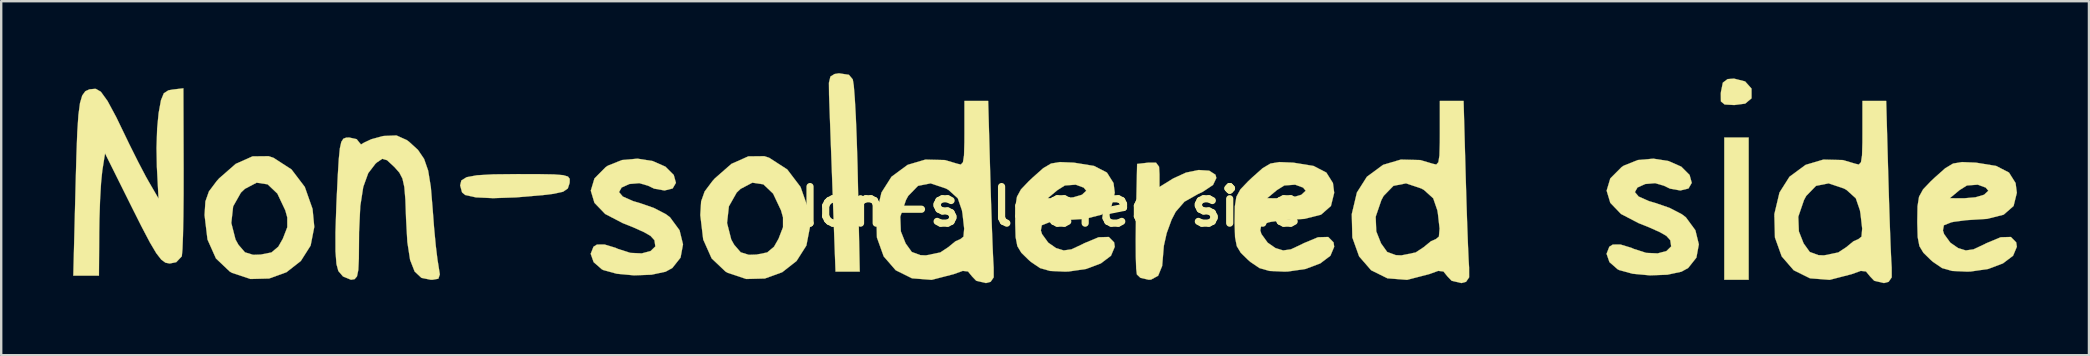
<source format=kicad_pcb>
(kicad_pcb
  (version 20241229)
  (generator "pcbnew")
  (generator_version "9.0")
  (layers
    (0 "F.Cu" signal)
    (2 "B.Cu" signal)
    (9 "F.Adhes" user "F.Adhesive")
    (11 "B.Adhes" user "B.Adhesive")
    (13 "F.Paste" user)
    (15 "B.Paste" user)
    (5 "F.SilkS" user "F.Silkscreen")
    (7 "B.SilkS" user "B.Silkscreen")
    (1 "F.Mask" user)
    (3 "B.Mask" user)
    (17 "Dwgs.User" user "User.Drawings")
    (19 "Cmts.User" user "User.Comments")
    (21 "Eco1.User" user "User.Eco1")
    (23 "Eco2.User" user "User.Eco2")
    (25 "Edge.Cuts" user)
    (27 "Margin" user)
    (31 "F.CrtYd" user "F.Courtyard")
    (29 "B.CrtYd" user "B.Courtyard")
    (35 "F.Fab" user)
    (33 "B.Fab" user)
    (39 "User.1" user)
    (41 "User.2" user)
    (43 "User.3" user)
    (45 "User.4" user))
  (footprint "Non-soldered side"
    (layer "F.Cu")
    (at 40.358 5.56)
    (property "Reference" "Non-soldered side" (at 0 0 0) (layer "F.SilkS") (effects (font (size 1.524 1.524) (thickness 0.3))))
    (attr through_hole)
    (fp_poly (pts (xy 29.464 3.048) (xy 28.448 3.048) (xy 28.448 -2.879) (xy 29.464 -2.879) (xy 29.464 3.048)) (stroke (width 0.01) (type solid)) (fill yes) (layer "F.SilkS"))
    (fp_poly (pts (xy 29.316 -5.217) (xy 29.583 -4.919) (xy 29.584 -4.519) (xy 29.581 -4.51) (xy 29.32 -4.292) (xy 28.866 -4.233) (xy 28.464 -4.255) (xy 28.308 -4.383) (xy 28.303 -4.708) (xy 28.31 -4.784) (xy 28.388 -5.166) (xy 28.585 -5.314) (xy 28.853 -5.334) (xy 29.316 -5.217)) (stroke (width 0.01) (type solid)) (fill yes) (layer "F.SilkS"))
    (fp_poly (pts (xy -8.031 -5.493) (xy -7.87 -5.301) (xy -7.829 -5.049) (xy -7.786 -4.51) (xy -7.743 -3.739) (xy -7.705 -2.787) (xy -7.672 -1.707) (xy -7.659 -1.143) (xy -7.58 2.709) (xy -8.589 2.709) (xy -8.709 -0.55) (xy -8.748 -1.632) (xy -8.786 -2.656) (xy -8.819 -3.551) (xy -8.844 -4.246) (xy -8.859 -4.657) (xy -8.864 -5.161) (xy -8.802 -5.419) (xy -8.631 -5.525) (xy -8.446 -5.555) (xy -8.031 -5.493)) (stroke (width 0.01) (type solid)) (fill yes) (layer "F.SilkS"))
    (fp_poly (pts (xy -20.937 -1.353) (xy -20.322 -1.342) (xy -19.94 -1.311) (xy -19.739 -1.253) (xy -19.666 -1.157) (xy -19.668 -1.014) (xy -19.673 -0.974) (xy -19.746 -0.755) (xy -19.942 -0.62) (xy -20.341 -0.533) (xy -20.743 -0.484) (xy -21.903 -0.384) (xy -22.859 -0.352) (xy -23.577 -0.385) (xy -24.022 -0.483) (xy -24.153 -0.593) (xy -24.232 -0.883) (xy -24.183 -1.089) (xy -23.963 -1.226) (xy -23.531 -1.306) (xy -22.846 -1.345) (xy -21.864 -1.355) (xy -21.838 -1.355) (xy -20.937 -1.353)) (stroke (width 0.01) (type solid)) (fill yes) (layer "F.SilkS"))
    (fp_poly (pts (xy 4.768 -1.831) (xy 4.893 -1.663) (xy 4.911 -1.352) (xy 4.911 -0.819) (xy 5.481 -1.172) (xy 6.015 -1.417) (xy 6.544 -1.525) (xy 6.983 -1.497) (xy 7.245 -1.329) (xy 7.281 -1.193) (xy 7.143 -0.903) (xy 6.708 -0.614) (xy 6.514 -0.523) (xy 5.952 -0.205) (xy 5.587 0.215) (xy 5.417 0.543) (xy 5.212 1.103) (xy 5.093 1.634) (xy 5.081 1.778) (xy 5.023 2.472) (xy 4.856 2.88) (xy 4.561 3.042) (xy 4.462 3.048) (xy 4.115 2.967) (xy 3.969 2.827) (xy 3.94 2.582) (xy 3.924 2.07) (xy 3.92 1.363) (xy 3.929 0.532) (xy 3.932 0.414) (xy 3.979 -1.778) (xy 4.445 -1.832) (xy 4.768 -1.831)) (stroke (width 0.01) (type solid)) (fill yes) (layer "F.SilkS"))
    (fp_poly (pts (xy -32.014 -2.036) (xy -31.26 -1.549) (xy -30.706 -0.82) (xy -30.383 0.096) (xy -30.311 0.846) (xy -30.463 1.623) (xy -30.871 2.265) (xy -31.469 2.734) (xy -32.191 2.996) (xy -32.97 3.016) (xy -33.74 2.76) (xy -33.835 2.705) (xy -34.409 2.16) (xy -34.761 1.372) (xy -34.844 0.682) (xy -33.769 0.682) (xy -33.592 1.373) (xy -33.472 1.589) (xy -33.2 1.904) (xy -32.86 2.009) (xy -32.544 1.999) (xy -32.096 1.91) (xy -31.811 1.671) (xy -31.622 1.34) (xy -31.436 0.859) (xy -31.437 0.449) (xy -31.519 0.155) (xy -31.849 -0.542) (xy -32.255 -0.928) (xy -32.714 -0.997) (xy -33.206 -0.738) (xy -33.368 -0.583) (xy -33.692 -0.01) (xy -33.769 0.682) (xy -34.844 0.682) (xy -34.883 0.359) (xy -34.883 0.345) (xy -34.848 -0.217) (xy -34.702 -0.632) (xy -34.377 -1.065) (xy -34.279 -1.175) (xy -33.586 -1.781) (xy -32.884 -2.094) (xy -32.213 -2.101) (xy -32.014 -2.036)) (stroke (width 0.01) (type solid)) (fill yes) (layer "F.SilkS"))
    (fp_poly (pts (xy -11.355 -2.036) (xy -10.601 -1.549) (xy -10.047 -0.82) (xy -9.724 0.096) (xy -9.653 0.846) (xy -9.804 1.623) (xy -10.212 2.265) (xy -10.81 2.734) (xy -11.532 2.996) (xy -12.311 3.016) (xy -13.081 2.76) (xy -13.176 2.705) (xy -13.751 2.16) (xy -14.103 1.372) (xy -14.185 0.682) (xy -13.11 0.682) (xy -12.934 1.373) (xy -12.813 1.589) (xy -12.541 1.904) (xy -12.201 2.009) (xy -11.885 1.999) (xy -11.437 1.91) (xy -11.152 1.671) (xy -10.964 1.34) (xy -10.778 0.859) (xy -10.778 0.449) (xy -10.861 0.155) (xy -11.191 -0.542) (xy -11.596 -0.928) (xy -12.056 -0.997) (xy -12.547 -0.738) (xy -12.709 -0.583) (xy -13.033 -0.01) (xy -13.11 0.682) (xy -14.185 0.682) (xy -14.224 0.359) (xy -14.224 0.345) (xy -14.19 -0.217) (xy -14.043 -0.632) (xy -13.718 -1.065) (xy -13.62 -1.175) (xy -12.928 -1.781) (xy -12.225 -2.094) (xy -11.554 -2.101) (xy -11.355 -2.036)) (stroke (width 0.01) (type solid)) (fill yes) (layer "F.SilkS"))
    (fp_poly (pts (xy -35.756 -1.576) (xy -35.757 -0.528) (xy -35.766 0.417) (xy -35.782 1.202) (xy -35.804 1.768) (xy -35.83 2.06) (xy -35.834 2.074) (xy -36.063 2.316) (xy -36.334 2.371) (xy -36.511 2.338) (xy -36.688 2.209) (xy -36.896 1.941) (xy -37.163 1.49) (xy -37.52 0.81) (xy -37.889 0.076) (xy -39.031 -2.219) (xy -39.146 -1.491) (xy -39.195 -1.009) (xy -39.237 -0.301) (xy -39.265 0.524) (xy -39.273 1.058) (xy -39.285 2.879) (xy -40.353 2.879) (xy -40.258 -0.87) (xy -40.223 -2.139) (xy -40.187 -3.11) (xy -40.14 -3.822) (xy -40.074 -4.316) (xy -39.981 -4.631) (xy -39.853 -4.808) (xy -39.68 -4.887) (xy -39.456 -4.908) (xy -39.414 -4.908) (xy -39.204 -4.786) (xy -38.926 -4.401) (xy -38.564 -3.729) (xy -38.378 -3.344) (xy -38.012 -2.586) (xy -37.647 -1.857) (xy -37.338 -1.268) (xy -37.22 -1.057) (xy -36.801 -0.336) (xy -36.87 -1.649) (xy -36.885 -2.445) (xy -36.859 -3.257) (xy -36.798 -3.895) (xy -36.7 -4.434) (xy -36.582 -4.722) (xy -36.39 -4.846) (xy -36.212 -4.878) (xy -35.766 -4.93) (xy -35.756 -1.576)) (stroke (width 0.01) (type solid)) (fill yes) (layer "F.SilkS"))
    (fp_poly (pts (xy -16.208 -1.899) (xy -15.677 -1.665) (xy -15.33 -1.318) (xy -15.24 -0.99) (xy -15.377 -0.756) (xy -15.715 -0.672) (xy -16.148 -0.749) (xy -16.402 -0.871) (xy -16.767 -0.977) (xy -17.178 -0.942) (xy -17.503 -0.796) (xy -17.611 -0.605) (xy -17.454 -0.42) (xy -17.03 -0.231) (xy -16.75 -0.149) (xy -16.165 0.053) (xy -15.658 0.316) (xy -15.487 0.444) (xy -15.089 0.985) (xy -14.945 1.573) (xy -15.047 2.126) (xy -15.39 2.558) (xy -15.672 2.713) (xy -16.258 2.838) (xy -16.985 2.865) (xy -17.704 2.798) (xy -18.266 2.644) (xy -18.33 2.612) (xy -18.67 2.314) (xy -18.792 1.966) (xy -18.676 1.672) (xy -18.527 1.579) (xy -18.208 1.581) (xy -17.76 1.716) (xy -17.657 1.762) (xy -17.139 1.928) (xy -16.664 1.949) (xy -16.296 1.851) (xy -16.098 1.659) (xy -16.136 1.399) (xy -16.3 1.219) (xy -16.569 1.065) (xy -17.04 0.854) (xy -17.458 0.688) (xy -18.189 0.307) (xy -18.636 -0.157) (xy -18.788 -0.665) (xy -18.635 -1.175) (xy -18.167 -1.645) (xy -18.072 -1.708) (xy -17.488 -1.941) (xy -16.84 -1.998) (xy -16.208 -1.899)) (stroke (width 0.01) (type solid)) (fill yes) (layer "F.SilkS"))
    (fp_poly (pts (xy 26.125 -1.899) (xy 26.656 -1.665) (xy 27.003 -1.318) (xy 27.093 -0.99) (xy 26.957 -0.756) (xy 26.618 -0.672) (xy 26.185 -0.749) (xy 25.931 -0.871) (xy 25.566 -0.977) (xy 25.155 -0.942) (xy 24.831 -0.796) (xy 24.723 -0.605) (xy 24.879 -0.42) (xy 25.304 -0.231) (xy 25.583 -0.149) (xy 26.168 0.053) (xy 26.676 0.316) (xy 26.846 0.444) (xy 27.244 0.985) (xy 27.388 1.573) (xy 27.286 2.126) (xy 26.943 2.558) (xy 26.661 2.713) (xy 26.076 2.838) (xy 25.349 2.865) (xy 24.63 2.798) (xy 24.067 2.644) (xy 24.003 2.612) (xy 23.663 2.314) (xy 23.542 1.966) (xy 23.657 1.672) (xy 23.807 1.579) (xy 24.126 1.581) (xy 24.573 1.716) (xy 24.677 1.762) (xy 25.195 1.928) (xy 25.67 1.949) (xy 26.038 1.851) (xy 26.235 1.659) (xy 26.197 1.399) (xy 26.033 1.219) (xy 25.764 1.065) (xy 25.293 0.854) (xy 24.875 0.688) (xy 24.144 0.307) (xy 23.698 -0.157) (xy 23.545 -0.665) (xy 23.698 -1.175) (xy 24.167 -1.645) (xy 24.262 -1.708) (xy 24.845 -1.941) (xy 25.494 -1.998) (xy 26.125 -1.899)) (stroke (width 0.01) (type solid)) (fill yes) (layer "F.SilkS"))
    (fp_poly (pts (xy -2.139 -1.228) (xy -2.108 -0.182) (xy -2.076 0.786) (xy -2.045 1.608) (xy -2.018 2.22) (xy -1.999 2.54) (xy -1.998 2.949) (xy -2.125 3.134) (xy -2.32 3.186) (xy -2.726 3.09) (xy -2.899 2.91) (xy -3.068 2.703) (xy -3.285 2.678) (xy -3.663 2.814) (xy -4.583 3.052) (xy -5.402 2.988) (xy -6.081 2.652) (xy -6.582 2.075) (xy -6.864 1.288) (xy -6.885 0.421) (xy -5.891 0.421) (xy -5.867 1.031) (xy -5.668 1.532) (xy -5.411 1.89) (xy -5.054 2.022) (xy -4.822 2.032) (xy -4.223 1.91) (xy -3.895 1.693) (xy -3.591 1.445) (xy -3.387 1.355) (xy -3.257 1.252) (xy -3.228 0.916) (xy -3.297 0.305) (xy -3.321 0.156) (xy -3.494 -0.346) (xy -3.875 -0.69) (xy -3.986 -0.754) (xy -4.626 -0.969) (xy -5.152 -0.865) (xy -5.561 -0.444) (xy -5.653 -0.273) (xy -5.891 0.421) (xy -6.885 0.421) (xy -6.888 0.323) (xy -6.885 0.302) (xy -6.674 -0.588) (xy -6.257 -1.245) (xy -5.595 -1.733) (xy -5.576 -1.743) (xy -4.842 -1.96) (xy -4.03 -1.94) (xy -3.514 -1.787) (xy -3.367 -1.753) (xy -3.279 -1.85) (xy -3.234 -2.136) (xy -3.219 -2.674) (xy -3.217 -3.03) (xy -3.217 -4.403) (xy -2.228 -4.403) (xy -2.139 -1.228)) (stroke (width 0.01) (type solid)) (fill yes) (layer "F.SilkS"))
    (fp_poly (pts (xy 17.673 -1.228) (xy 17.704 -0.182) (xy 17.736 0.786) (xy 17.767 1.608) (xy 17.794 2.22) (xy 17.813 2.54) (xy 17.814 2.949) (xy 17.687 3.134) (xy 17.492 3.186) (xy 17.086 3.09) (xy 16.913 2.91) (xy 16.744 2.703) (xy 16.527 2.678) (xy 16.149 2.814) (xy 15.229 3.052) (xy 14.41 2.988) (xy 13.731 2.652) (xy 13.23 2.075) (xy 12.948 1.288) (xy 12.927 0.421) (xy 13.921 0.421) (xy 13.945 1.031) (xy 14.144 1.532) (xy 14.401 1.89) (xy 14.758 2.022) (xy 14.99 2.032) (xy 15.589 1.91) (xy 15.917 1.693) (xy 16.221 1.445) (xy 16.425 1.355) (xy 16.555 1.252) (xy 16.584 0.916) (xy 16.515 0.305) (xy 16.491 0.156) (xy 16.318 -0.346) (xy 15.937 -0.69) (xy 15.826 -0.754) (xy 15.186 -0.969) (xy 14.66 -0.865) (xy 14.251 -0.444) (xy 14.159 -0.273) (xy 13.921 0.421) (xy 12.927 0.421) (xy 12.924 0.323) (xy 12.927 0.302) (xy 13.138 -0.588) (xy 13.555 -1.245) (xy 14.217 -1.733) (xy 14.236 -1.743) (xy 14.97 -1.96) (xy 15.782 -1.94) (xy 16.298 -1.787) (xy 16.445 -1.753) (xy 16.533 -1.85) (xy 16.578 -2.136) (xy 16.593 -2.674) (xy 16.595 -3.03) (xy 16.595 -4.403) (xy 17.584 -4.403) (xy 17.673 -1.228)) (stroke (width 0.01) (type solid)) (fill yes) (layer "F.SilkS"))
    (fp_poly (pts (xy 35.284 -1.228) (xy 35.315 -0.182) (xy 35.347 0.786) (xy 35.378 1.608) (xy 35.405 2.22) (xy 35.424 2.54) (xy 35.425 2.949) (xy 35.297 3.134) (xy 35.102 3.186) (xy 34.696 3.09) (xy 34.524 2.91) (xy 34.354 2.703) (xy 34.138 2.678) (xy 33.759 2.814) (xy 32.84 3.052) (xy 32.021 2.988) (xy 31.341 2.652) (xy 30.841 2.075) (xy 30.559 1.288) (xy 30.537 0.421) (xy 31.532 0.421) (xy 31.556 1.031) (xy 31.754 1.532) (xy 32.011 1.89) (xy 32.369 2.022) (xy 32.601 2.032) (xy 33.199 1.91) (xy 33.528 1.693) (xy 33.831 1.445) (xy 34.036 1.355) (xy 34.166 1.252) (xy 34.195 0.916) (xy 34.125 0.305) (xy 34.101 0.156) (xy 33.929 -0.346) (xy 33.548 -0.69) (xy 33.436 -0.754) (xy 32.797 -0.969) (xy 32.271 -0.865) (xy 31.862 -0.444) (xy 31.77 -0.273) (xy 31.532 0.421) (xy 30.537 0.421) (xy 30.535 0.323) (xy 30.537 0.302) (xy 30.749 -0.588) (xy 31.165 -1.245) (xy 31.828 -1.733) (xy 31.847 -1.743) (xy 32.58 -1.96) (xy 33.393 -1.94) (xy 33.909 -1.787) (xy 34.055 -1.753) (xy 34.144 -1.85) (xy 34.189 -2.136) (xy 34.204 -2.674) (xy 34.205 -3.03) (xy 34.205 -4.403) (xy 35.195 -4.403) (xy 35.284 -1.228)) (stroke (width 0.01) (type solid)) (fill yes) (layer "F.SilkS"))
    (fp_poly (pts (xy 1.318 -1.833) (xy 1.362 -1.829) (xy 2.186 -1.695) (xy 2.721 -1.419) (xy 2.996 -0.982) (xy 3.048 -0.576) (xy 2.912 -0.025) (xy 2.499 0.336) (xy 1.808 0.511) (xy 1.529 0.528) (xy 0.945 0.565) (xy 0.43 0.632) (xy 0.317 0.655) (xy 0.008 0.777) (xy -0.032 0.993) (xy 0.016 1.144) (xy 0.275 1.501) (xy 0.599 1.727) (xy 0.92 1.826) (xy 1.244 1.78) (xy 1.703 1.565) (xy 1.767 1.53) (xy 2.373 1.277) (xy 2.8 1.265) (xy 3.022 1.491) (xy 3.048 1.674) (xy 2.891 2.047) (xy 2.468 2.367) (xy 1.852 2.599) (xy 1.114 2.706) (xy 0.956 2.709) (xy 0.35 2.681) (xy -0.067 2.562) (xy -0.444 2.306) (xy -0.548 2.215) (xy -0.846 1.923) (xy -1.012 1.647) (xy -1.084 1.273) (xy -1.101 0.689) (xy -1.101 0.594) (xy -1.091 -0.017) (xy -1.038 -0.35) (xy 0.254 -0.35) (xy 0.847 -0.347) (xy 1.322 -0.388) (xy 1.673 -0.492) (xy 1.688 -0.501) (xy 1.86 -0.661) (xy 1.752 -0.792) (xy 1.421 -0.914) (xy 0.968 -0.881) (xy 0.659 -0.687) (xy 0.254 -0.35) (xy -1.038 -0.35) (xy -1.027 -0.413) (xy -0.861 -0.717) (xy -0.541 -1.053) (xy -0.367 -1.217) (xy 0.063 -1.599) (xy 0.392 -1.795) (xy 0.763 -1.856) (xy 1.318 -1.833)) (stroke (width 0.01) (type solid)) (fill yes) (layer "F.SilkS"))
    (fp_poly (pts (xy 10.462 -1.833) (xy 10.506 -1.829) (xy 11.33 -1.695) (xy 11.865 -1.419) (xy 12.14 -0.982) (xy 12.192 -0.576) (xy 12.056 -0.025) (xy 11.643 0.336) (xy 10.952 0.511) (xy 10.673 0.528) (xy 10.089 0.565) (xy 9.574 0.632) (xy 9.461 0.655) (xy 9.152 0.777) (xy 9.112 0.993) (xy 9.16 1.144) (xy 9.419 1.501) (xy 9.743 1.727) (xy 10.064 1.826) (xy 10.388 1.78) (xy 10.847 1.565) (xy 10.911 1.53) (xy 11.517 1.277) (xy 11.944 1.265) (xy 12.166 1.491) (xy 12.192 1.674) (xy 12.035 2.047) (xy 11.612 2.367) (xy 10.996 2.599) (xy 10.258 2.706) (xy 10.1 2.709) (xy 9.494 2.681) (xy 9.077 2.562) (xy 8.7 2.306) (xy 8.596 2.215) (xy 8.298 1.923) (xy 8.132 1.647) (xy 8.06 1.273) (xy 8.043 0.689) (xy 8.043 0.594) (xy 8.053 -0.017) (xy 8.106 -0.35) (xy 9.398 -0.35) (xy 9.991 -0.347) (xy 10.466 -0.388) (xy 10.817 -0.492) (xy 10.832 -0.501) (xy 11.004 -0.661) (xy 10.896 -0.792) (xy 10.565 -0.914) (xy 10.112 -0.881) (xy 9.803 -0.687) (xy 9.398 -0.35) (xy 8.106 -0.35) (xy 8.117 -0.413) (xy 8.283 -0.717) (xy 8.603 -1.053) (xy 8.777 -1.217) (xy 9.207 -1.599) (xy 9.536 -1.795) (xy 9.907 -1.856) (xy 10.462 -1.833)) (stroke (width 0.01) (type solid)) (fill yes) (layer "F.SilkS"))
    (fp_poly (pts (xy 38.91 -1.833) (xy 38.954 -1.829) (xy 39.778 -1.695) (xy 40.313 -1.419) (xy 40.588 -0.982) (xy 40.64 -0.576) (xy 40.504 -0.025) (xy 40.091 0.336) (xy 39.4 0.511) (xy 39.121 0.528) (xy 38.537 0.565) (xy 38.022 0.632) (xy 37.909 0.655) (xy 37.6 0.777) (xy 37.56 0.993) (xy 37.608 1.144) (xy 37.867 1.501) (xy 38.191 1.727) (xy 38.512 1.826) (xy 38.836 1.78) (xy 39.295 1.565) (xy 39.359 1.53) (xy 39.965 1.277) (xy 40.392 1.265) (xy 40.614 1.491) (xy 40.64 1.674) (xy 40.483 2.047) (xy 40.06 2.367) (xy 39.444 2.599) (xy 38.706 2.706) (xy 38.548 2.709) (xy 37.942 2.681) (xy 37.525 2.562) (xy 37.148 2.306) (xy 37.044 2.215) (xy 36.746 1.923) (xy 36.58 1.647) (xy 36.508 1.273) (xy 36.491 0.689) (xy 36.491 0.594) (xy 36.501 -0.017) (xy 36.554 -0.35) (xy 37.846 -0.35) (xy 38.439 -0.347) (xy 38.914 -0.388) (xy 39.265 -0.492) (xy 39.28 -0.501) (xy 39.452 -0.661) (xy 39.344 -0.792) (xy 39.013 -0.914) (xy 38.56 -0.881) (xy 38.251 -0.687) (xy 37.846 -0.35) (xy 36.554 -0.35) (xy 36.565 -0.413) (xy 36.731 -0.717) (xy 37.051 -1.053) (xy 37.225 -1.217) (xy 37.655 -1.599) (xy 37.984 -1.795) (xy 38.355 -1.856) (xy 38.91 -1.833)) (stroke (width 0.01) (type solid)) (fill yes) (layer "F.SilkS"))
    (fp_poly (pts (xy -26.454 -2.772) (xy -26.357 -2.699) (xy -25.99 -2.364) (xy -25.735 -1.989) (xy -25.565 -1.499) (xy -25.454 -0.817) (xy -25.379 0.085) (xy -25.318 0.888) (xy -25.247 1.635) (xy -25.176 2.215) (xy -25.143 2.413) (xy -25.079 2.825) (xy -25.14 3.005) (xy -25.376 3.047) (xy -25.459 3.048) (xy -25.846 2.969) (xy -26.128 2.706) (xy -26.318 2.222) (xy -26.433 1.476) (xy -26.486 0.509) (xy -26.514 -0.283) (xy -26.558 -0.815) (xy -26.636 -1.166) (xy -26.765 -1.415) (xy -26.964 -1.641) (xy -26.977 -1.654) (xy -27.279 -1.934) (xy -27.475 -1.992) (xy -27.691 -1.849) (xy -27.763 -1.785) (xy -28.063 -1.393) (xy -28.27 -0.82) (xy -28.394 -0.02) (xy -28.445 1.054) (xy -28.447 1.397) (xy -28.453 2.157) (xy -28.476 2.64) (xy -28.531 2.908) (xy -28.629 3.023) (xy -28.781 3.048) (xy -29.114 2.911) (xy -29.308 2.684) (xy -29.387 2.392) (xy -29.427 1.865) (xy -29.428 1.07) (xy -29.392 -0.024) (xy -29.381 -0.279) (xy -29.333 -1.267) (xy -29.291 -1.966) (xy -29.245 -2.427) (xy -29.184 -2.698) (xy -29.098 -2.831) (xy -28.978 -2.875) (xy -28.854 -2.879) (xy -28.544 -2.811) (xy -28.448 -2.689) (xy -28.365 -2.59) (xy -28.236 -2.667) (xy -27.934 -2.808) (xy -27.475 -2.933) (xy -27.416 -2.944) (xy -26.887 -2.966) (xy -26.454 -2.772)) (stroke (width 0.01) (type solid)) (fill yes) (layer "F.SilkS")))
  (gr_rect
    (start -3 -3)
    (end 84.003 11.751)
    (stroke (width 0.1) (type default))
    (fill no)
    (layer "Edge.Cuts")))
</source>
